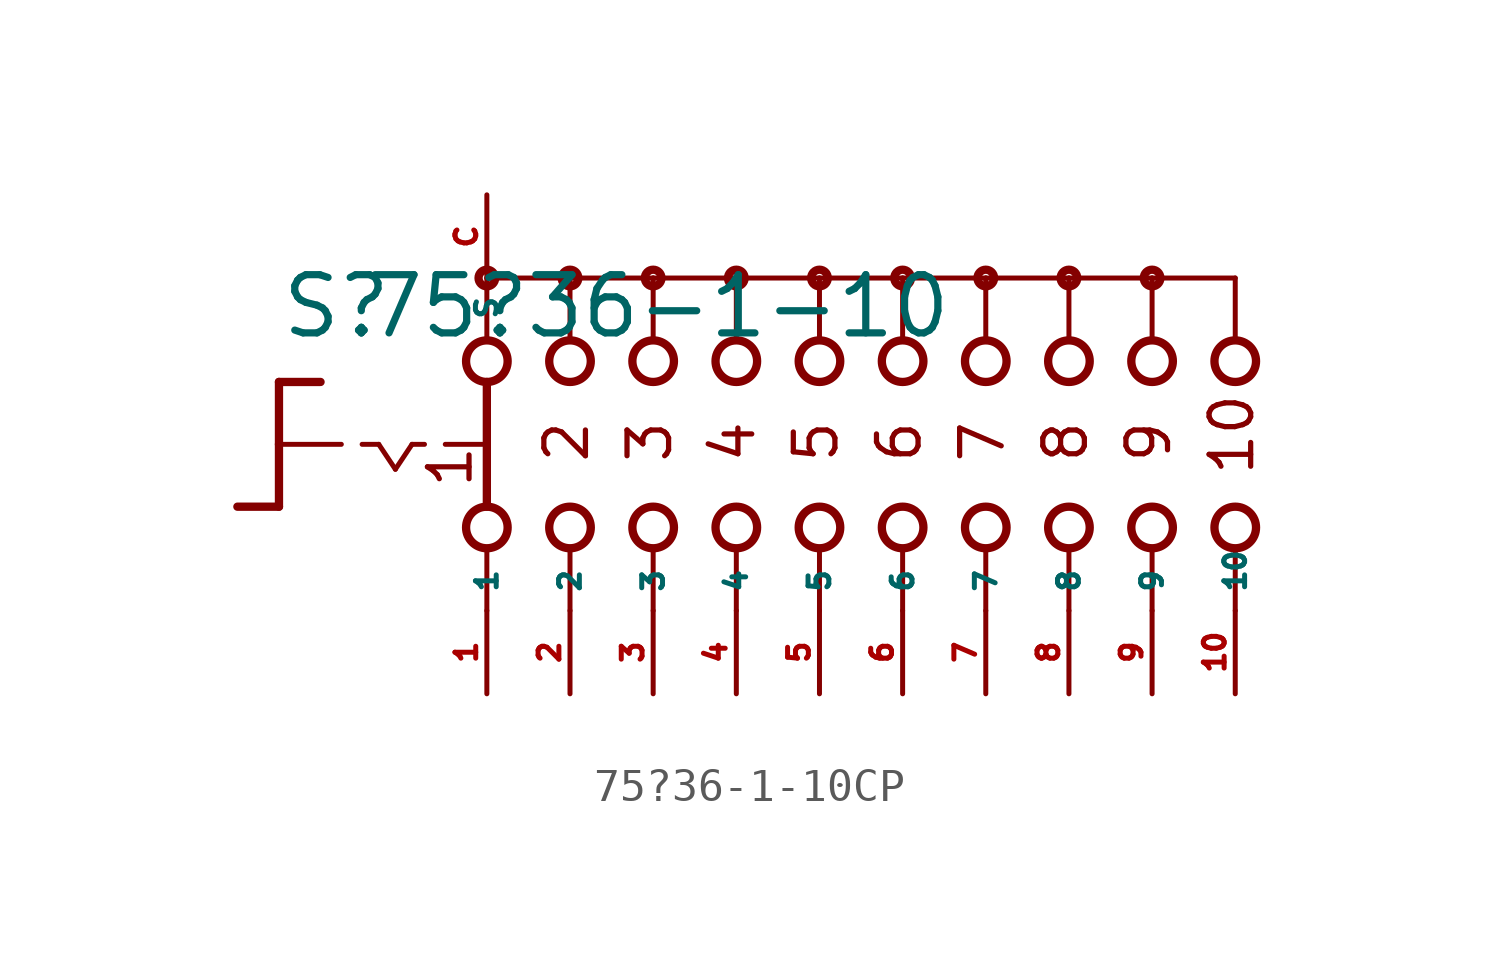
<source format=kicad_sym>
(kicad_symbol_lib
  (version 20220914)
  (generator Eagle2Kicad)
  (symbol "75?36-1-10CP"
    (property "Reference" "S"
      (at -16.51 3.175 0)
      (effects (font (size 1.778 1.778) (thickness 0.22)) (justify left bottom)))
    (property "Value" "75?36-1-10"
      (at -13.97 3.175 0)
      (effects (font (size 1.778 1.778) (thickness 0.22)) (justify left bottom)))
    (polyline
      (pts (xy -16.51 1.905) (xy -15.24 1.905))
      (stroke (width 0.254) (type default))
      (fill (type none)))
    (polyline
      (pts (xy -16.51 1.905) (xy -16.51 0))
      (stroke (width 0.254) (type default))
      (fill (type none)))
    (polyline
      (pts (xy -16.51 -1.905) (xy -17.78 -1.905))
      (stroke (width 0.254) (type default))
      (fill (type none)))
    (polyline
      (pts (xy -16.51 0) (xy -14.605 0))
      (stroke (width 0.152) (type default))
      (fill (type none)))
    (polyline
      (pts (xy -16.51 0) (xy -16.51 -1.905))
      (stroke (width 0.254) (type default))
      (fill (type none)))
    (polyline
      (pts (xy -13.97 0) (xy -13.462 0))
      (stroke (width 0.152) (type default))
      (fill (type none)))
    (polyline
      (pts (xy -12.446 0) (xy -12.065 0))
      (stroke (width 0.152) (type default))
      (fill (type none)))
    (polyline
      (pts (xy -11.43 0) (xy -10.287 0))
      (stroke (width 0.152) (type default))
      (fill (type none)))
    (polyline
      (pts (xy -13.462 0) (xy -12.954 -0.762))
      (stroke (width 0.152) (type default))
      (fill (type none)))
    (polyline
      (pts (xy -12.954 -0.762) (xy -12.446 0))
      (stroke (width 0.152) (type default))
      (fill (type none)))
    (polyline
      (pts (xy -7.62 3.175) (xy -7.62 5.08))
      (stroke (width 0.152) (type default))
      (fill (type none)))
    (polyline
      (pts (xy -5.08 3.175) (xy -5.08 5.08))
      (stroke (width 0.152) (type default))
      (fill (type none)))
    (polyline
      (pts (xy -2.54 3.175) (xy -2.54 5.08))
      (stroke (width 0.152) (type default))
      (fill (type none)))
    (polyline
      (pts (xy -7.62 -5.08) (xy -7.62 -3.175))
      (stroke (width 0.152) (type default))
      (fill (type none)))
    (polyline
      (pts (xy -5.08 -5.08) (xy -5.08 -3.175))
      (stroke (width 0.152) (type default))
      (fill (type none)))
    (polyline
      (pts (xy -2.54 -5.08) (xy -2.54 -3.175))
      (stroke (width 0.152) (type default))
      (fill (type none)))
    (polyline
      (pts (xy -5.08 5.08) (xy -7.62 5.08))
      (stroke (width 0.152) (type default))
      (fill (type none)))
    (polyline
      (pts (xy -5.08 5.08) (xy -2.54 5.08))
      (stroke (width 0.152) (type default))
      (fill (type none)))
    (polyline
      (pts (xy 0 -5.08) (xy 0 -3.175))
      (stroke (width 0.152) (type default))
      (fill (type none)))
    (polyline
      (pts (xy 2.54 -5.08) (xy 2.54 -3.175))
      (stroke (width 0.152) (type default))
      (fill (type none)))
    (polyline
      (pts (xy 0 3.175) (xy 0 5.08))
      (stroke (width 0.152) (type default))
      (fill (type none)))
    (polyline
      (pts (xy 2.54 3.175) (xy 2.54 5.08))
      (stroke (width 0.152) (type default))
      (fill (type none)))
    (polyline
      (pts (xy -2.54 5.08) (xy 0 5.08))
      (stroke (width 0.152) (type default))
      (fill (type none)))
    (polyline
      (pts (xy 0 5.08) (xy 2.54 5.08))
      (stroke (width 0.152) (type default))
      (fill (type none)))
    (polyline
      (pts (xy -10.16 5.08) (xy -10.16 3.175))
      (stroke (width 0.152) (type default))
      (fill (type none)))
    (polyline
      (pts (xy -10.16 1.905) (xy -10.16 -1.905))
      (stroke (width 0.254) (type default))
      (fill (type none)))
    (polyline
      (pts (xy -10.16 -3.175) (xy -10.16 -5.08))
      (stroke (width 0.152) (type default))
      (fill (type none)))
    (polyline
      (pts (xy -7.62 5.08) (xy -10.16 5.08))
      (stroke (width 0.152) (type default))
      (fill (type none)))
    (polyline
      (pts (xy 2.54 5.08) (xy 5.08 5.08))
      (stroke (width 0.152) (type default))
      (fill (type none)))
    (polyline
      (pts (xy 5.08 3.175) (xy 5.08 5.08))
      (stroke (width 0.152) (type default))
      (fill (type none)))
    (polyline
      (pts (xy 5.08 -5.08) (xy 5.08 -3.175))
      (stroke (width 0.152) (type default))
      (fill (type none)))
    (polyline
      (pts (xy 7.62 3.175) (xy 7.62 5.08))
      (stroke (width 0.152) (type default))
      (fill (type none)))
    (polyline
      (pts (xy 10.16 3.175) (xy 10.16 5.08))
      (stroke (width 0.152) (type default))
      (fill (type none)))
    (polyline
      (pts (xy 12.7 3.175) (xy 12.7 5.08))
      (stroke (width 0.152) (type default))
      (fill (type none)))
    (polyline
      (pts (xy 5.08 5.08) (xy 7.62 5.08))
      (stroke (width 0.152) (type default))
      (fill (type none)))
    (polyline
      (pts (xy 7.62 5.08) (xy 10.16 5.08))
      (stroke (width 0.152) (type default))
      (fill (type none)))
    (polyline
      (pts (xy 10.16 5.08) (xy 12.7 5.08))
      (stroke (width 0.152) (type default))
      (fill (type none)))
    (polyline
      (pts (xy 7.62 -5.08) (xy 7.62 -3.175))
      (stroke (width 0.152) (type default))
      (fill (type none)))
    (polyline
      (pts (xy 10.16 -5.08) (xy 10.16 -3.175))
      (stroke (width 0.152) (type default))
      (fill (type none)))
    (polyline
      (pts (xy 12.7 -5.08) (xy 12.7 -3.175))
      (stroke (width 0.152) (type default))
      (fill (type none)))
    (text "1"
      (at -10.541 -1.397 900)
      (effects (font (size 1.27 1.27) (thickness 0.16)) (justify left bottom)))
    (text "2"
      (at -6.985 -0.635 900)
      (effects (font (size 1.27 1.27) (thickness 0.16)) (justify left bottom)))
    (text "3"
      (at -4.445 -0.635 900)
      (effects (font (size 1.27 1.27) (thickness 0.16)) (justify left bottom)))
    (text "4"
      (at -1.905 -0.635 900)
      (effects (font (size 1.27 1.27) (thickness 0.16)) (justify left bottom)))
    (text "5"
      (at 0.635 -0.635 900)
      (effects (font (size 1.27 1.27) (thickness 0.16)) (justify left bottom)))
    (text "6"
      (at 3.175 -0.635 900)
      (effects (font (size 1.27 1.27) (thickness 0.16)) (justify left bottom)))
    (text "7"
      (at 5.715 -0.635 900)
      (effects (font (size 1.27 1.27) (thickness 0.16)) (justify left bottom)))
    (text "8"
      (at 8.255 -0.635 900)
      (effects (font (size 1.27 1.27) (thickness 0.16)) (justify left bottom)))
    (text "9"
      (at 10.795 -0.635 900)
      (effects (font (size 1.27 1.27) (thickness 0.16)) (justify left bottom)))
    (text "10"
      (at 13.335 -1.016 900)
      (effects (font (size 1.27 1.27) (thickness 0.16)) (justify left bottom)))
    (circle
      (center -5.08 5.08)
      (radius 0.254)
      (stroke (width 0.254) (type default))
      (fill (type none)))
    (circle
      (center -2.54 5.08)
      (radius 0.254)
      (stroke (width 0.254) (type default))
      (fill (type none)))
    (circle
      (center 2.54 5.08)
      (radius 0.254)
      (stroke (width 0.254) (type default))
      (fill (type none)))
    (circle
      (center -10.16 5.08)
      (radius 0.254)
      (stroke (width 0.254) (type default))
      (fill (type none)))
    (circle
      (center -7.62 5.08)
      (radius 0.254)
      (stroke (width 0.254) (type default))
      (fill (type none)))
    (circle
      (center -10.16 2.54)
      (radius 0.635)
      (stroke (width 0.254) (type default))
      (fill (type none)))
    (circle
      (center -7.62 2.54)
      (radius 0.635)
      (stroke (width 0.254) (type default))
      (fill (type none)))
    (circle
      (center -5.08 2.54)
      (radius 0.635)
      (stroke (width 0.254) (type default))
      (fill (type none)))
    (circle
      (center -10.16 -2.54)
      (radius 0.635)
      (stroke (width 0.254) (type default))
      (fill (type none)))
    (circle
      (center -7.62 -2.54)
      (radius 0.635)
      (stroke (width 0.254) (type default))
      (fill (type none)))
    (circle
      (center -5.08 -2.54)
      (radius 0.635)
      (stroke (width 0.254) (type default))
      (fill (type none)))
    (circle
      (center 0 5.08)
      (radius 0.254)
      (stroke (width 0.254) (type default))
      (fill (type none)))
    (circle
      (center -2.54 2.54)
      (radius 0.635)
      (stroke (width 0.254) (type default))
      (fill (type none)))
    (circle
      (center 0 2.54)
      (radius 0.635)
      (stroke (width 0.254) (type default))
      (fill (type none)))
    (circle
      (center -2.54 -2.54)
      (radius 0.635)
      (stroke (width 0.254) (type default))
      (fill (type none)))
    (circle
      (center 0 -2.54)
      (radius 0.635)
      (stroke (width 0.254) (type default))
      (fill (type none)))
    (circle
      (center 2.54 2.54)
      (radius 0.635)
      (stroke (width 0.254) (type default))
      (fill (type none)))
    (circle
      (center 2.54 -2.54)
      (radius 0.635)
      (stroke (width 0.254) (type default))
      (fill (type none)))
    (circle
      (center 5.08 5.08)
      (radius 0.254)
      (stroke (width 0.254) (type default))
      (fill (type none)))
    (circle
      (center 5.08 2.54)
      (radius 0.635)
      (stroke (width 0.254) (type default))
      (fill (type none)))
    (circle
      (center 5.08 -2.54)
      (radius 0.635)
      (stroke (width 0.254) (type default))
      (fill (type none)))
    (circle
      (center 7.62 2.54)
      (radius 0.635)
      (stroke (width 0.254) (type default))
      (fill (type none)))
    (circle
      (center 10.16 2.54)
      (radius 0.635)
      (stroke (width 0.254) (type default))
      (fill (type none)))
    (circle
      (center 12.7 2.54)
      (radius 0.635)
      (stroke (width 0.254) (type default))
      (fill (type none)))
    (circle
      (center 7.62 5.08)
      (radius 0.254)
      (stroke (width 0.254) (type default))
      (fill (type none)))
    (circle
      (center 10.16 5.08)
      (radius 0.254)
      (stroke (width 0.254) (type default))
      (fill (type none)))
    (circle
      (center 7.62 -2.54)
      (radius 0.635)
      (stroke (width 0.254) (type default))
      (fill (type none)))
    (circle
      (center 10.16 -2.54)
      (radius 0.635)
      (stroke (width 0.254) (type default))
      (fill (type none)))
    (circle
      (center 12.7 -2.54)
      (radius 0.635)
      (stroke (width 0.254) (type default))
      (fill (type none)))
    (pin passive line
      (at -10.16 -7.62 90)
      (length 2.54)
      (name "1" (effects (font (size 0.635 0.635) (thickness 0.08)) (justify left bottom)))
      (number "1" (effects (font (size 0.635 0.635) (thickness 0.08)) (justify left bottom))))
    (pin passive line
      (at -10.16 7.62 270)
      (length 2.54)
      (name "S" (effects (font (size 0.635 0.635) (thickness 0.08)) (justify left bottom)))
      (number "C" (effects (font (size 0.635 0.635) (thickness 0.08)) (justify left bottom))))
    (pin passive line
      (at -7.62 -7.62 90)
      (length 2.54)
      (name "2" (effects (font (size 0.635 0.635) (thickness 0.08)) (justify left bottom)))
      (number "2" (effects (font (size 0.635 0.635) (thickness 0.08)) (justify left bottom))))
    (pin passive line
      (at -5.08 -7.62 90)
      (length 2.54)
      (name "3" (effects (font (size 0.635 0.635) (thickness 0.08)) (justify left bottom)))
      (number "3" (effects (font (size 0.635 0.635) (thickness 0.08)) (justify left bottom))))
    (pin passive line
      (at -2.54 -7.62 90)
      (length 2.54)
      (name "4" (effects (font (size 0.635 0.635) (thickness 0.08)) (justify left bottom)))
      (number "4" (effects (font (size 0.635 0.635) (thickness 0.08)) (justify left bottom))))
    (pin passive line
      (at 0 -7.62 90)
      (length 2.54)
      (name "5" (effects (font (size 0.635 0.635) (thickness 0.08)) (justify left bottom)))
      (number "5" (effects (font (size 0.635 0.635) (thickness 0.08)) (justify left bottom))))
    (pin passive line
      (at 2.54 -7.62 90)
      (length 2.54)
      (name "6" (effects (font (size 0.635 0.635) (thickness 0.08)) (justify left bottom)))
      (number "6" (effects (font (size 0.635 0.635) (thickness 0.08)) (justify left bottom))))
    (pin passive line
      (at 5.08 -7.62 90)
      (length 2.54)
      (name "7" (effects (font (size 0.635 0.635) (thickness 0.08)) (justify left bottom)))
      (number "7" (effects (font (size 0.635 0.635) (thickness 0.08)) (justify left bottom))))
    (pin passive line
      (at 7.62 -7.62 90)
      (length 2.54)
      (name "8" (effects (font (size 0.635 0.635) (thickness 0.08)) (justify left bottom)))
      (number "8" (effects (font (size 0.635 0.635) (thickness 0.08)) (justify left bottom))))
    (pin passive line
      (at 10.16 -7.62 90)
      (length 2.54)
      (name "9" (effects (font (size 0.635 0.635) (thickness 0.08)) (justify left bottom)))
      (number "9" (effects (font (size 0.635 0.635) (thickness 0.08)) (justify left bottom))))
    (pin passive line
      (at 12.7 -7.62 90)
      (length 2.54)
      (name "10" (effects (font (size 0.635 0.635) (thickness 0.08)) (justify left bottom)))
      (number "10" (effects (font (size 0.635 0.635) (thickness 0.08)) (justify left bottom))))))
</source>
